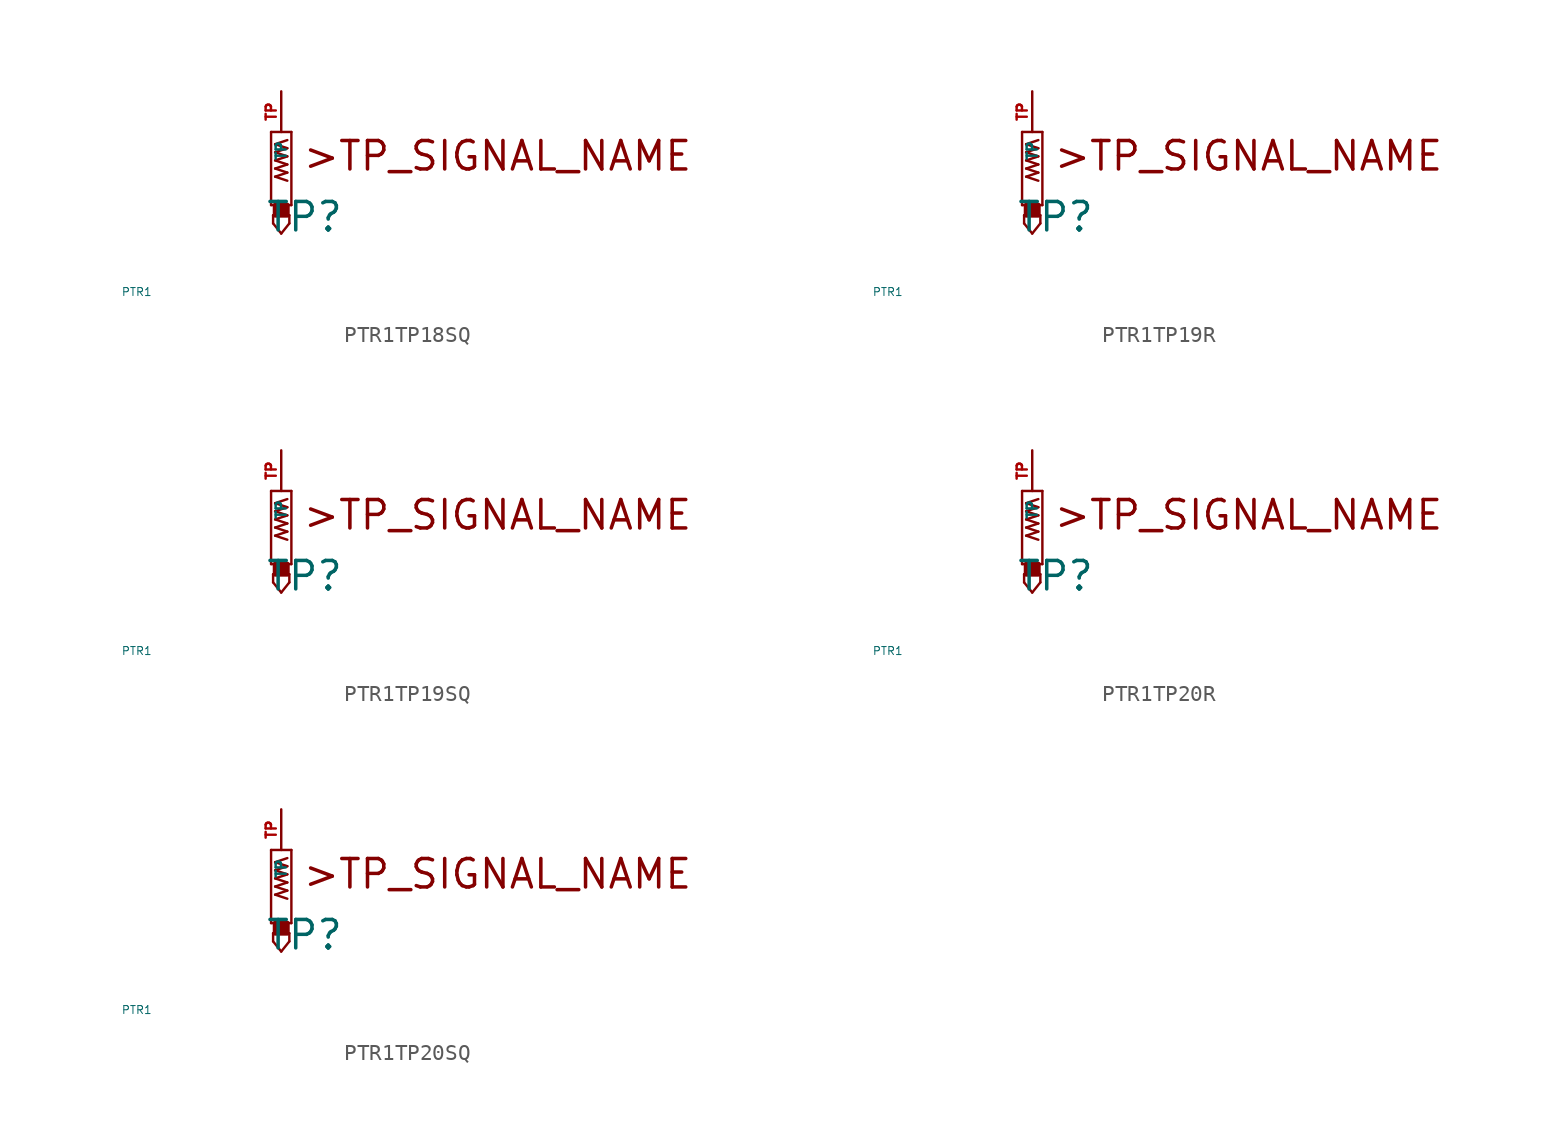
<source format=kicad_sym>
(kicad_symbol_lib
  (version 20220914)
  (generator Eagle2Kicad)
  (symbol "PTR1TP18SQ"
    (property "Reference" "TP"
      (at -1.016 -6.35 0)
      (effects (font (size 1.778 1.778) (thickness 0.22)) (justify left bottom)))
    (property "Value" "PTR1"
      (at -10 -10 0)
      (effects (font (size 0.5 0.5) (thickness 0.06)) (justify left)))
    (polyline
      (pts (xy 0.635 -4.572) (xy -0.635 -4.572))
      (stroke (width 0.152) (type default))
      (fill (type none)))
    (polyline
      (pts (xy 0.635 -4.572) (xy 0.635 0))
      (stroke (width 0.152) (type default))
      (fill (type none)))
    (polyline
      (pts (xy 0.635 0) (xy -0.635 0))
      (stroke (width 0.152) (type default))
      (fill (type none)))
    (polyline
      (pts (xy -0.635 0) (xy -0.635 -4.572))
      (stroke (width 0.152) (type default))
      (fill (type none)))
    (polyline
      (pts (xy 0.381 -3.048) (xy -0.381 -2.794))
      (stroke (width 0.152) (type default))
      (fill (type none)))
    (polyline
      (pts (xy -0.381 -2.794) (xy 0.381 -2.54))
      (stroke (width 0.152) (type default))
      (fill (type none)))
    (polyline
      (pts (xy 0.381 -2.54) (xy -0.381 -2.286))
      (stroke (width 0.152) (type default))
      (fill (type none)))
    (polyline
      (pts (xy -0.381 -2.286) (xy 0.381 -2.032))
      (stroke (width 0.152) (type default))
      (fill (type none)))
    (polyline
      (pts (xy 0.381 -2.032) (xy -0.381 -1.778))
      (stroke (width 0.152) (type default))
      (fill (type none)))
    (polyline
      (pts (xy -0.381 -1.778) (xy 0.381 -1.524))
      (stroke (width 0.152) (type default))
      (fill (type none)))
    (polyline
      (pts (xy 0.381 -1.524) (xy -0.381 -1.27))
      (stroke (width 0.152) (type default))
      (fill (type none)))
    (polyline
      (pts (xy -0.381 -1.27) (xy 0.381 -1.016))
      (stroke (width 0.152) (type default))
      (fill (type none)))
    (polyline
      (pts (xy 0.381 -1.016) (xy -0.381 -0.762))
      (stroke (width 0.152) (type default))
      (fill (type none)))
    (polyline
      (pts (xy -0.381 -0.762) (xy 0.381 -0.508))
      (stroke (width 0.152) (type default))
      (fill (type none)))
    (polyline
      (pts (xy 0.508 -5.207) (xy -0.508 -5.207))
      (stroke (width 0.152) (type default))
      (fill (type none)))
    (polyline
      (pts (xy -0.508 -5.207) (xy -0.508 -5.715))
      (stroke (width 0.152) (type default))
      (fill (type none)))
    (polyline
      (pts (xy -0.508 -5.715) (xy 0 -6.35))
      (stroke (width 0.152) (type default))
      (fill (type none)))
    (polyline
      (pts (xy 0 -6.35) (xy 0.508 -5.715))
      (stroke (width 0.152) (type default))
      (fill (type none)))
    (polyline
      (pts (xy 0.508 -5.715) (xy 0.508 -5.207))
      (stroke (width 0.152) (type default))
      (fill (type none)))
    (text ">TP_SIGNAL_NAME"
      (at 1.27 -2.54 0)
      (effects (font (size 1.778 1.778) (thickness 0.22)) (justify left bottom)))
    (rectangle
      (start -0.381 -5.207)
      (end 0.381 -4.572)
      (stroke (width 0.3) (type default))
      (fill (type outline)))
    (pin input line
      (at 0 2.54 270)
      (length 2.54)
      (name "TP" (effects (font (size 0.635 0.635) (thickness 0.08)) (justify left bottom)))
      (number "TP" (effects (font (size 0.635 0.635) (thickness 0.08)) (justify left bottom)))))
  (symbol "PTR1TP19R"
    (property "Reference" "TP"
      (at -1.016 -6.35 0)
      (effects (font (size 1.778 1.778) (thickness 0.22)) (justify left bottom)))
    (property "Value" "PTR1"
      (at -10 -10 0)
      (effects (font (size 0.5 0.5) (thickness 0.06)) (justify left)))
    (polyline
      (pts (xy 0.635 -4.572) (xy -0.635 -4.572))
      (stroke (width 0.152) (type default))
      (fill (type none)))
    (polyline
      (pts (xy 0.635 -4.572) (xy 0.635 0))
      (stroke (width 0.152) (type default))
      (fill (type none)))
    (polyline
      (pts (xy 0.635 0) (xy -0.635 0))
      (stroke (width 0.152) (type default))
      (fill (type none)))
    (polyline
      (pts (xy -0.635 0) (xy -0.635 -4.572))
      (stroke (width 0.152) (type default))
      (fill (type none)))
    (polyline
      (pts (xy 0.381 -3.048) (xy -0.381 -2.794))
      (stroke (width 0.152) (type default))
      (fill (type none)))
    (polyline
      (pts (xy -0.381 -2.794) (xy 0.381 -2.54))
      (stroke (width 0.152) (type default))
      (fill (type none)))
    (polyline
      (pts (xy 0.381 -2.54) (xy -0.381 -2.286))
      (stroke (width 0.152) (type default))
      (fill (type none)))
    (polyline
      (pts (xy -0.381 -2.286) (xy 0.381 -2.032))
      (stroke (width 0.152) (type default))
      (fill (type none)))
    (polyline
      (pts (xy 0.381 -2.032) (xy -0.381 -1.778))
      (stroke (width 0.152) (type default))
      (fill (type none)))
    (polyline
      (pts (xy -0.381 -1.778) (xy 0.381 -1.524))
      (stroke (width 0.152) (type default))
      (fill (type none)))
    (polyline
      (pts (xy 0.381 -1.524) (xy -0.381 -1.27))
      (stroke (width 0.152) (type default))
      (fill (type none)))
    (polyline
      (pts (xy -0.381 -1.27) (xy 0.381 -1.016))
      (stroke (width 0.152) (type default))
      (fill (type none)))
    (polyline
      (pts (xy 0.381 -1.016) (xy -0.381 -0.762))
      (stroke (width 0.152) (type default))
      (fill (type none)))
    (polyline
      (pts (xy -0.381 -0.762) (xy 0.381 -0.508))
      (stroke (width 0.152) (type default))
      (fill (type none)))
    (polyline
      (pts (xy 0.508 -5.207) (xy -0.508 -5.207))
      (stroke (width 0.152) (type default))
      (fill (type none)))
    (polyline
      (pts (xy -0.508 -5.207) (xy -0.508 -5.715))
      (stroke (width 0.152) (type default))
      (fill (type none)))
    (polyline
      (pts (xy -0.508 -5.715) (xy 0 -6.35))
      (stroke (width 0.152) (type default))
      (fill (type none)))
    (polyline
      (pts (xy 0 -6.35) (xy 0.508 -5.715))
      (stroke (width 0.152) (type default))
      (fill (type none)))
    (polyline
      (pts (xy 0.508 -5.715) (xy 0.508 -5.207))
      (stroke (width 0.152) (type default))
      (fill (type none)))
    (text ">TP_SIGNAL_NAME"
      (at 1.27 -2.54 0)
      (effects (font (size 1.778 1.778) (thickness 0.22)) (justify left bottom)))
    (rectangle
      (start -0.381 -5.207)
      (end 0.381 -4.572)
      (stroke (width 0.3) (type default))
      (fill (type outline)))
    (pin input line
      (at 0 2.54 270)
      (length 2.54)
      (name "TP" (effects (font (size 0.635 0.635) (thickness 0.08)) (justify left bottom)))
      (number "TP" (effects (font (size 0.635 0.635) (thickness 0.08)) (justify left bottom)))))
  (symbol "PTR1TP19SQ"
    (property "Reference" "TP"
      (at -1.016 -6.35 0)
      (effects (font (size 1.778 1.778) (thickness 0.22)) (justify left bottom)))
    (property "Value" "PTR1"
      (at -10 -10 0)
      (effects (font (size 0.5 0.5) (thickness 0.06)) (justify left)))
    (polyline
      (pts (xy 0.635 -4.572) (xy -0.635 -4.572))
      (stroke (width 0.152) (type default))
      (fill (type none)))
    (polyline
      (pts (xy 0.635 -4.572) (xy 0.635 0))
      (stroke (width 0.152) (type default))
      (fill (type none)))
    (polyline
      (pts (xy 0.635 0) (xy -0.635 0))
      (stroke (width 0.152) (type default))
      (fill (type none)))
    (polyline
      (pts (xy -0.635 0) (xy -0.635 -4.572))
      (stroke (width 0.152) (type default))
      (fill (type none)))
    (polyline
      (pts (xy 0.381 -3.048) (xy -0.381 -2.794))
      (stroke (width 0.152) (type default))
      (fill (type none)))
    (polyline
      (pts (xy -0.381 -2.794) (xy 0.381 -2.54))
      (stroke (width 0.152) (type default))
      (fill (type none)))
    (polyline
      (pts (xy 0.381 -2.54) (xy -0.381 -2.286))
      (stroke (width 0.152) (type default))
      (fill (type none)))
    (polyline
      (pts (xy -0.381 -2.286) (xy 0.381 -2.032))
      (stroke (width 0.152) (type default))
      (fill (type none)))
    (polyline
      (pts (xy 0.381 -2.032) (xy -0.381 -1.778))
      (stroke (width 0.152) (type default))
      (fill (type none)))
    (polyline
      (pts (xy -0.381 -1.778) (xy 0.381 -1.524))
      (stroke (width 0.152) (type default))
      (fill (type none)))
    (polyline
      (pts (xy 0.381 -1.524) (xy -0.381 -1.27))
      (stroke (width 0.152) (type default))
      (fill (type none)))
    (polyline
      (pts (xy -0.381 -1.27) (xy 0.381 -1.016))
      (stroke (width 0.152) (type default))
      (fill (type none)))
    (polyline
      (pts (xy 0.381 -1.016) (xy -0.381 -0.762))
      (stroke (width 0.152) (type default))
      (fill (type none)))
    (polyline
      (pts (xy -0.381 -0.762) (xy 0.381 -0.508))
      (stroke (width 0.152) (type default))
      (fill (type none)))
    (polyline
      (pts (xy 0.508 -5.207) (xy -0.508 -5.207))
      (stroke (width 0.152) (type default))
      (fill (type none)))
    (polyline
      (pts (xy -0.508 -5.207) (xy -0.508 -5.715))
      (stroke (width 0.152) (type default))
      (fill (type none)))
    (polyline
      (pts (xy -0.508 -5.715) (xy 0 -6.35))
      (stroke (width 0.152) (type default))
      (fill (type none)))
    (polyline
      (pts (xy 0 -6.35) (xy 0.508 -5.715))
      (stroke (width 0.152) (type default))
      (fill (type none)))
    (polyline
      (pts (xy 0.508 -5.715) (xy 0.508 -5.207))
      (stroke (width 0.152) (type default))
      (fill (type none)))
    (text ">TP_SIGNAL_NAME"
      (at 1.27 -2.54 0)
      (effects (font (size 1.778 1.778) (thickness 0.22)) (justify left bottom)))
    (rectangle
      (start -0.381 -5.207)
      (end 0.381 -4.572)
      (stroke (width 0.3) (type default))
      (fill (type outline)))
    (pin input line
      (at 0 2.54 270)
      (length 2.54)
      (name "TP" (effects (font (size 0.635 0.635) (thickness 0.08)) (justify left bottom)))
      (number "TP" (effects (font (size 0.635 0.635) (thickness 0.08)) (justify left bottom)))))
  (symbol "PTR1TP20R"
    (property "Reference" "TP"
      (at -1.016 -6.35 0)
      (effects (font (size 1.778 1.778) (thickness 0.22)) (justify left bottom)))
    (property "Value" "PTR1"
      (at -10 -10 0)
      (effects (font (size 0.5 0.5) (thickness 0.06)) (justify left)))
    (polyline
      (pts (xy 0.635 -4.572) (xy -0.635 -4.572))
      (stroke (width 0.152) (type default))
      (fill (type none)))
    (polyline
      (pts (xy 0.635 -4.572) (xy 0.635 0))
      (stroke (width 0.152) (type default))
      (fill (type none)))
    (polyline
      (pts (xy 0.635 0) (xy -0.635 0))
      (stroke (width 0.152) (type default))
      (fill (type none)))
    (polyline
      (pts (xy -0.635 0) (xy -0.635 -4.572))
      (stroke (width 0.152) (type default))
      (fill (type none)))
    (polyline
      (pts (xy 0.381 -3.048) (xy -0.381 -2.794))
      (stroke (width 0.152) (type default))
      (fill (type none)))
    (polyline
      (pts (xy -0.381 -2.794) (xy 0.381 -2.54))
      (stroke (width 0.152) (type default))
      (fill (type none)))
    (polyline
      (pts (xy 0.381 -2.54) (xy -0.381 -2.286))
      (stroke (width 0.152) (type default))
      (fill (type none)))
    (polyline
      (pts (xy -0.381 -2.286) (xy 0.381 -2.032))
      (stroke (width 0.152) (type default))
      (fill (type none)))
    (polyline
      (pts (xy 0.381 -2.032) (xy -0.381 -1.778))
      (stroke (width 0.152) (type default))
      (fill (type none)))
    (polyline
      (pts (xy -0.381 -1.778) (xy 0.381 -1.524))
      (stroke (width 0.152) (type default))
      (fill (type none)))
    (polyline
      (pts (xy 0.381 -1.524) (xy -0.381 -1.27))
      (stroke (width 0.152) (type default))
      (fill (type none)))
    (polyline
      (pts (xy -0.381 -1.27) (xy 0.381 -1.016))
      (stroke (width 0.152) (type default))
      (fill (type none)))
    (polyline
      (pts (xy 0.381 -1.016) (xy -0.381 -0.762))
      (stroke (width 0.152) (type default))
      (fill (type none)))
    (polyline
      (pts (xy -0.381 -0.762) (xy 0.381 -0.508))
      (stroke (width 0.152) (type default))
      (fill (type none)))
    (polyline
      (pts (xy 0.508 -5.207) (xy -0.508 -5.207))
      (stroke (width 0.152) (type default))
      (fill (type none)))
    (polyline
      (pts (xy -0.508 -5.207) (xy -0.508 -5.715))
      (stroke (width 0.152) (type default))
      (fill (type none)))
    (polyline
      (pts (xy -0.508 -5.715) (xy 0 -6.35))
      (stroke (width 0.152) (type default))
      (fill (type none)))
    (polyline
      (pts (xy 0 -6.35) (xy 0.508 -5.715))
      (stroke (width 0.152) (type default))
      (fill (type none)))
    (polyline
      (pts (xy 0.508 -5.715) (xy 0.508 -5.207))
      (stroke (width 0.152) (type default))
      (fill (type none)))
    (text ">TP_SIGNAL_NAME"
      (at 1.27 -2.54 0)
      (effects (font (size 1.778 1.778) (thickness 0.22)) (justify left bottom)))
    (rectangle
      (start -0.381 -5.207)
      (end 0.381 -4.572)
      (stroke (width 0.3) (type default))
      (fill (type outline)))
    (pin input line
      (at 0 2.54 270)
      (length 2.54)
      (name "TP" (effects (font (size 0.635 0.635) (thickness 0.08)) (justify left bottom)))
      (number "TP" (effects (font (size 0.635 0.635) (thickness 0.08)) (justify left bottom)))))
  (symbol "PTR1TP20SQ"
    (property "Reference" "TP"
      (at -1.016 -6.35 0)
      (effects (font (size 1.778 1.778) (thickness 0.22)) (justify left bottom)))
    (property "Value" "PTR1"
      (at -10 -10 0)
      (effects (font (size 0.5 0.5) (thickness 0.06)) (justify left)))
    (polyline
      (pts (xy 0.635 -4.572) (xy -0.635 -4.572))
      (stroke (width 0.152) (type default))
      (fill (type none)))
    (polyline
      (pts (xy 0.635 -4.572) (xy 0.635 0))
      (stroke (width 0.152) (type default))
      (fill (type none)))
    (polyline
      (pts (xy 0.635 0) (xy -0.635 0))
      (stroke (width 0.152) (type default))
      (fill (type none)))
    (polyline
      (pts (xy -0.635 0) (xy -0.635 -4.572))
      (stroke (width 0.152) (type default))
      (fill (type none)))
    (polyline
      (pts (xy 0.381 -3.048) (xy -0.381 -2.794))
      (stroke (width 0.152) (type default))
      (fill (type none)))
    (polyline
      (pts (xy -0.381 -2.794) (xy 0.381 -2.54))
      (stroke (width 0.152) (type default))
      (fill (type none)))
    (polyline
      (pts (xy 0.381 -2.54) (xy -0.381 -2.286))
      (stroke (width 0.152) (type default))
      (fill (type none)))
    (polyline
      (pts (xy -0.381 -2.286) (xy 0.381 -2.032))
      (stroke (width 0.152) (type default))
      (fill (type none)))
    (polyline
      (pts (xy 0.381 -2.032) (xy -0.381 -1.778))
      (stroke (width 0.152) (type default))
      (fill (type none)))
    (polyline
      (pts (xy -0.381 -1.778) (xy 0.381 -1.524))
      (stroke (width 0.152) (type default))
      (fill (type none)))
    (polyline
      (pts (xy 0.381 -1.524) (xy -0.381 -1.27))
      (stroke (width 0.152) (type default))
      (fill (type none)))
    (polyline
      (pts (xy -0.381 -1.27) (xy 0.381 -1.016))
      (stroke (width 0.152) (type default))
      (fill (type none)))
    (polyline
      (pts (xy 0.381 -1.016) (xy -0.381 -0.762))
      (stroke (width 0.152) (type default))
      (fill (type none)))
    (polyline
      (pts (xy -0.381 -0.762) (xy 0.381 -0.508))
      (stroke (width 0.152) (type default))
      (fill (type none)))
    (polyline
      (pts (xy 0.508 -5.207) (xy -0.508 -5.207))
      (stroke (width 0.152) (type default))
      (fill (type none)))
    (polyline
      (pts (xy -0.508 -5.207) (xy -0.508 -5.715))
      (stroke (width 0.152) (type default))
      (fill (type none)))
    (polyline
      (pts (xy -0.508 -5.715) (xy 0 -6.35))
      (stroke (width 0.152) (type default))
      (fill (type none)))
    (polyline
      (pts (xy 0 -6.35) (xy 0.508 -5.715))
      (stroke (width 0.152) (type default))
      (fill (type none)))
    (polyline
      (pts (xy 0.508 -5.715) (xy 0.508 -5.207))
      (stroke (width 0.152) (type default))
      (fill (type none)))
    (text ">TP_SIGNAL_NAME"
      (at 1.27 -2.54 0)
      (effects (font (size 1.778 1.778) (thickness 0.22)) (justify left bottom)))
    (rectangle
      (start -0.381 -5.207)
      (end 0.381 -4.572)
      (stroke (width 0.3) (type default))
      (fill (type outline)))
    (pin input line
      (at 0 2.54 270)
      (length 2.54)
      (name "TP" (effects (font (size 0.635 0.635) (thickness 0.08)) (justify left bottom)))
      (number "TP" (effects (font (size 0.635 0.635) (thickness 0.08)) (justify left bottom))))))
</source>
